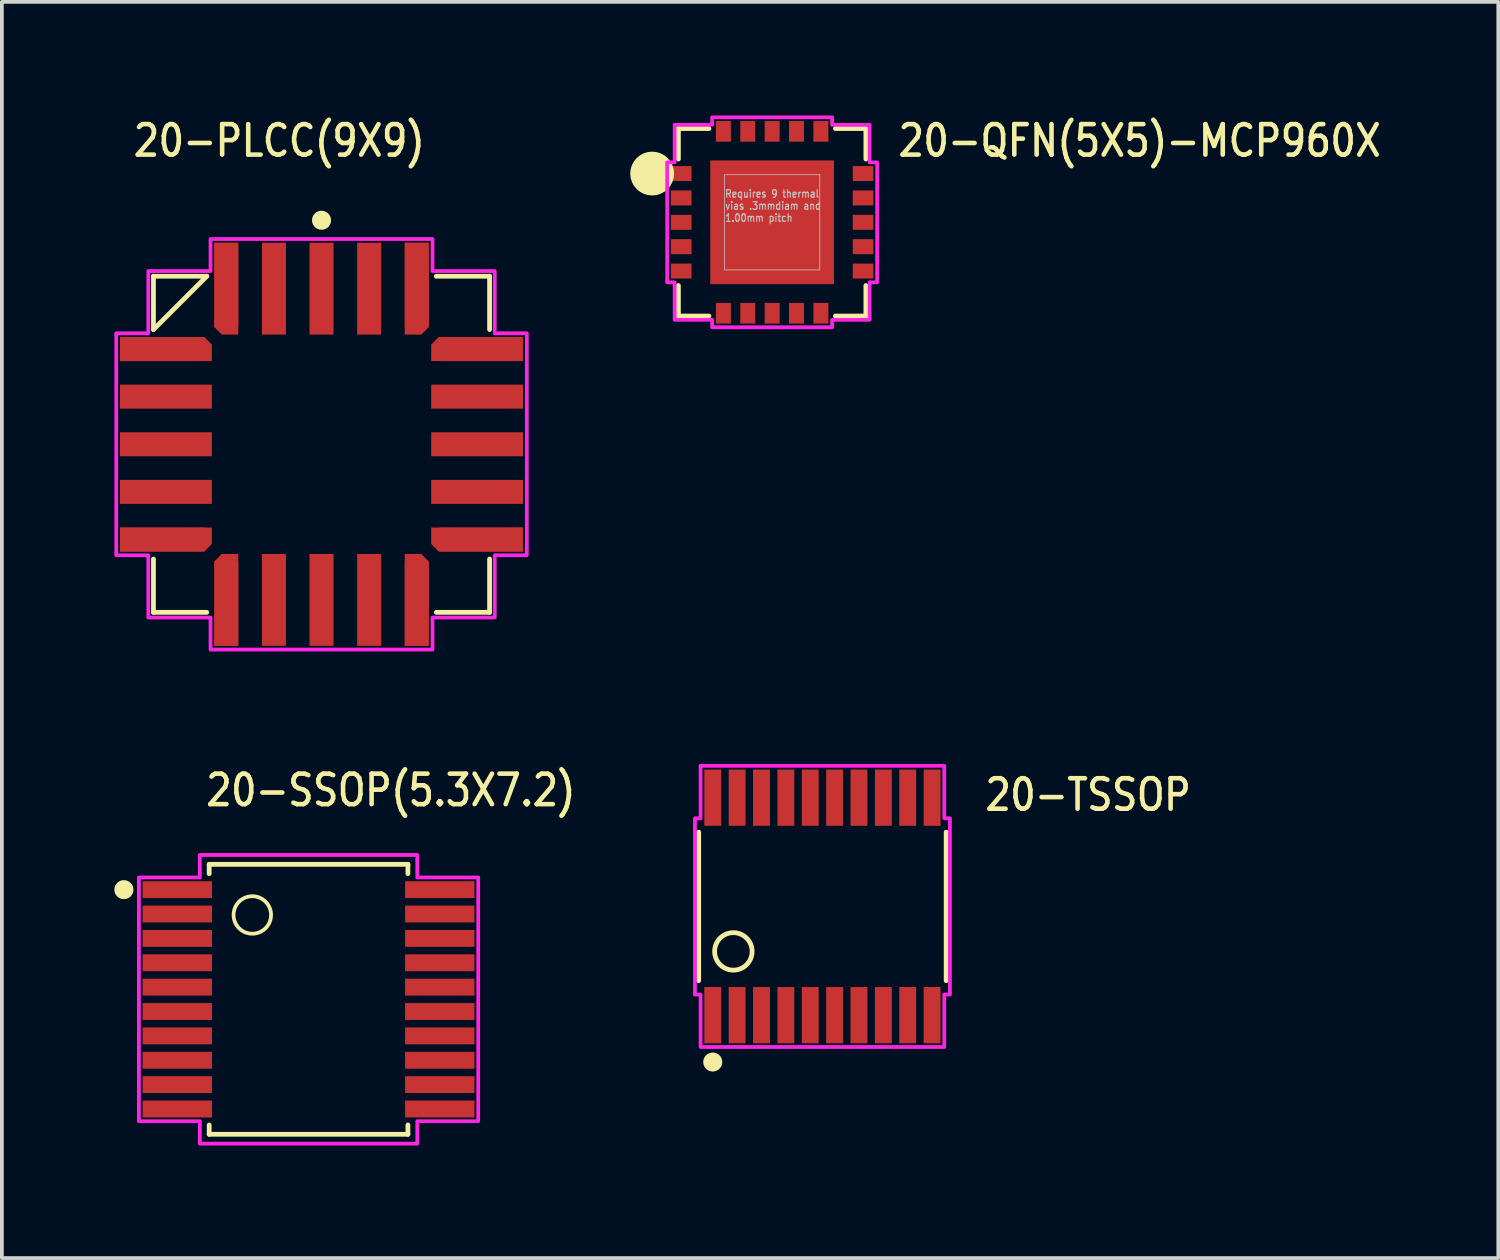
<source format=kicad_pcb>
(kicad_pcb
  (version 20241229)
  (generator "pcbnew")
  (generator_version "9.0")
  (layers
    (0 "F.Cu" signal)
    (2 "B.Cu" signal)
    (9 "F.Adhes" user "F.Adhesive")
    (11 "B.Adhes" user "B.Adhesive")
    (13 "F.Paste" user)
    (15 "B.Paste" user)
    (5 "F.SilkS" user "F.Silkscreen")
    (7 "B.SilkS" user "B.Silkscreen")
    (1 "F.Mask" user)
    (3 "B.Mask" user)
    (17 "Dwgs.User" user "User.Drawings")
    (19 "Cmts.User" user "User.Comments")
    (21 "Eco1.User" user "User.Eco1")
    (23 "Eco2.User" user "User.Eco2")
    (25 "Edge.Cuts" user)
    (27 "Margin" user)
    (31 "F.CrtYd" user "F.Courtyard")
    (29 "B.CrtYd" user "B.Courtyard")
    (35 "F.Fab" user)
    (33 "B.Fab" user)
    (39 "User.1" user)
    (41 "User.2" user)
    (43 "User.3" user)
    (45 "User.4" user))
  (footprint "20-TSSOP"
    (layer "F.Cu")
    (at 18.884 21.124)
    (property "Reference" "20-TSSOP" (at 4.275 -2.5 0) (unlocked yes) (layer "F.SilkS") (effects (font (size 0.813 0.695) (thickness 0.122)) (justify left bottom)))
    (fp_line (start -3.3 1.98) (end -3.3 -1.98) (stroke (width 0.127) (type solid)) (layer "F.SilkS"))
    (fp_line (start 3.3 -1.98) (end 3.3 1.98) (stroke (width 0.127) (type solid)) (layer "F.SilkS"))
    (fp_circle (center -2.925 4.15) (end -2.671 4.15) (stroke (width 0) (type solid)) (fill yes) (layer "F.SilkS"))
    (fp_circle (center -2.375 1.2) (end -1.875 1.2) (stroke (width 0.127) (type solid)) (fill no) (layer "F.SilkS"))
    (fp_poly (pts (xy -3.25 -3.75) (xy 3.25 -3.75) (xy 3.25 -2.35) (xy 3.4 -2.35) (xy 3.4 2.35) (xy 3.25 2.35) (xy 3.25 3.75) (xy -3.25 3.75) (xy -3.25 2.35) (xy -3.4 2.35) (xy -3.4 -2.35) (xy -3.25 -2.35)) (stroke (width 0.1) (type solid)) (fill no) (layer "F.CrtYd"))
    (pad "1" smd rect (at -2.925 2.9) (size 0.45 1.5) (layers "F.Cu" "F.Mask" "F.Paste"))
    (pad "2" smd rect (at -2.275 2.9) (size 0.45 1.5) (layers "F.Cu" "F.Mask" "F.Paste"))
    (pad "3" smd rect (at -1.625 2.9) (size 0.45 1.5) (layers "F.Cu" "F.Mask" "F.Paste"))
    (pad "4" smd rect (at -0.975 2.9) (size 0.45 1.5) (layers "F.Cu" "F.Mask" "F.Paste"))
    (pad "5" smd rect (at -0.325 2.9) (size 0.45 1.5) (layers "F.Cu" "F.Mask" "F.Paste"))
    (pad "6" smd rect (at 0.325 2.9) (size 0.45 1.5) (layers "F.Cu" "F.Mask" "F.Paste"))
    (pad "7" smd rect (at 0.975 2.9) (size 0.45 1.5) (layers "F.Cu" "F.Mask" "F.Paste"))
    (pad "8" smd rect (at 1.625 2.9) (size 0.45 1.5) (layers "F.Cu" "F.Mask" "F.Paste"))
    (pad "9" smd rect (at 2.275 2.9) (size 0.45 1.5) (layers "F.Cu" "F.Mask" "F.Paste"))
    (pad "10" smd rect (at 2.925 2.9) (size 0.45 1.5) (layers "F.Cu" "F.Mask" "F.Paste"))
    (pad "11" smd rect (at 2.925 -2.9) (size 0.45 1.5) (layers "F.Cu" "F.Mask" "F.Paste"))
    (pad "12" smd rect (at 2.275 -2.9) (size 0.45 1.5) (layers "F.Cu" "F.Mask" "F.Paste"))
    (pad "13" smd rect (at 1.625 -2.9) (size 0.45 1.5) (layers "F.Cu" "F.Mask" "F.Paste"))
    (pad "14" smd rect (at 0.975 -2.9) (size 0.45 1.5) (layers "F.Cu" "F.Mask" "F.Paste"))
    (pad "15" smd rect (at 0.325 -2.9) (size 0.45 1.5) (layers "F.Cu" "F.Mask" "F.Paste"))
    (pad "16" smd rect (at -0.325 -2.9) (size 0.45 1.5) (layers "F.Cu" "F.Mask" "F.Paste"))
    (pad "17" smd rect (at -0.975 -2.9) (size 0.45 1.5) (layers "F.Cu" "F.Mask" "F.Paste"))
    (pad "18" smd rect (at -1.625 -2.9) (size 0.45 1.5) (layers "F.Cu" "F.Mask" "F.Paste"))
    (pad "19" smd rect (at -2.275 -2.9) (size 0.45 1.5) (layers "F.Cu" "F.Mask" "F.Paste"))
    (pad "20" smd rect (at -2.925 -2.9) (size 0.45 1.5) (layers "F.Cu" "F.Mask" "F.Paste")))
  (footprint "20-QFN(5X5)-MCP960X"
    (layer "F.Cu")
    (at 17.543 2.879)
    (property "Reference" "20-QFN(5X5)-MCP960X" (at 3.3 -1.7 0) (unlocked yes) (layer "F.SilkS") (effects (font (size 0.813 0.695) (thickness 0.122)) (justify left bottom)))
    (fp_line (start -2.5 -2.5) (end -1.687 -2.5) (stroke (width 0.127) (type solid)) (layer "F.SilkS"))
    (fp_line (start -2.5 -1.687) (end -2.5 -2.5) (stroke (width 0.127) (type solid)) (layer "F.SilkS"))
    (fp_line (start -2.5 2.5) (end -2.5 1.687) (stroke (width 0.127) (type solid)) (layer "F.SilkS"))
    (fp_line (start -1.687 2.5) (end -2.5 2.5) (stroke (width 0.127) (type solid)) (layer "F.SilkS"))
    (fp_line (start 1.687 -2.5) (end 2.5 -2.5) (stroke (width 0.127) (type solid)) (layer "F.SilkS"))
    (fp_line (start 2.5 -2.5) (end 2.5 -1.687) (stroke (width 0.127) (type solid)) (layer "F.SilkS"))
    (fp_line (start 2.5 1.687) (end 2.5 2.5) (stroke (width 0.127) (type solid)) (layer "F.SilkS"))
    (fp_line (start 2.5 2.5) (end 1.687 2.5) (stroke (width 0.127) (type solid)) (layer "F.SilkS"))
    (fp_circle (center -3.2 -1.3) (end -3.2 -1.3) (stroke (width 0.585) (type solid)) (fill no) (layer "F.SilkS"))
    (fp_line (start -1.27 -1.27) (end 1.27 -1.27) (stroke (width 0.02) (type solid)) (layer "Dwgs.User"))
    (fp_line (start -1.27 1.27) (end -1.27 -1.27) (stroke (width 0.02) (type solid)) (layer "Dwgs.User"))
    (fp_line (start 1.27 -1.27) (end 1.27 1.27) (stroke (width 0.02) (type solid)) (layer "Dwgs.User"))
    (fp_line (start 1.27 1.27) (end -1.27 1.27) (stroke (width 0.02) (type solid)) (layer "Dwgs.User"))
    (fp_poly (pts (xy -2.6 -2.6) (xy -1.6 -2.6) (xy -1.6 -2.8) (xy 1.6 -2.8) (xy 1.6 -2.6) (xy 2.6 -2.6) (xy 2.6 -1.6) (xy 2.8 -1.6) (xy 2.8 1.6) (xy 2.6 1.6) (xy 2.6 2.6) (xy 1.6 2.6) (xy 1.6 2.8) (xy -1.6 2.8) (xy -1.6 2.6) (xy -2.6 2.6) (xy -2.6 1.6) (xy -2.8 1.6) (xy -2.8 -1.6) (xy -2.6 -1.6)) (stroke (width 0.1) (type solid)) (fill no) (layer "F.CrtYd"))
    (fp_text user "Requires 9 thermal\nvias .3mmdiam and\n1.00mm pitch" (at -1.27 0 0) (unlocked yes) (layer "Dwgs.User") (effects (font (size 0.2 0.171) (thickness 0.03)) (justify left bottom)))
    (pad "1" smd rect (at -2.425 -1.3) (size 0.55 0.4) (layers "F.Cu" "F.Mask" "F.Paste"))
    (pad "2" smd rect (at -2.425 -0.65) (size 0.55 0.4) (layers "F.Cu" "F.Mask" "F.Paste"))
    (pad "3" smd rect (at -2.425 0) (size 0.55 0.4) (layers "F.Cu" "F.Mask" "F.Paste"))
    (pad "4" smd rect (at -2.425 0.65) (size 0.55 0.4) (layers "F.Cu" "F.Mask" "F.Paste"))
    (pad "5" smd rect (at -2.425 1.3) (size 0.55 0.4) (layers "F.Cu" "F.Mask" "F.Paste"))
    (pad "6" smd rect (at -1.3 2.425 90) (size 0.55 0.4) (layers "F.Cu" "F.Mask" "F.Paste"))
    (pad "7" smd rect (at -0.65 2.425 90) (size 0.55 0.4) (layers "F.Cu" "F.Mask" "F.Paste"))
    (pad "8" smd rect (at 0 2.425 90) (size 0.55 0.4) (layers "F.Cu" "F.Mask" "F.Paste"))
    (pad "9" smd rect (at 0.65 2.425 90) (size 0.55 0.4) (layers "F.Cu" "F.Mask" "F.Paste"))
    (pad "10" smd rect (at 1.3 2.425 90) (size 0.55 0.4) (layers "F.Cu" "F.Mask" "F.Paste"))
    (pad "11" smd rect (at 2.425 1.3 180) (size 0.55 0.4) (layers "F.Cu" "F.Mask" "F.Paste"))
    (pad "12" smd rect (at 2.425 0.65 180) (size 0.55 0.4) (layers "F.Cu" "F.Mask" "F.Paste"))
    (pad "13" smd rect (at 2.425 0 180) (size 0.55 0.4) (layers "F.Cu" "F.Mask" "F.Paste"))
    (pad "14" smd rect (at 2.425 -0.65 180) (size 0.55 0.4) (layers "F.Cu" "F.Mask" "F.Paste"))
    (pad "15" smd rect (at 2.425 -1.3 180) (size 0.55 0.4) (layers "F.Cu" "F.Mask" "F.Paste"))
    (pad "16" smd rect (at 1.3 -2.425 270) (size 0.55 0.4) (layers "F.Cu" "F.Mask" "F.Paste"))
    (pad "17" smd rect (at 0.65 -2.425 270) (size 0.55 0.4) (layers "F.Cu" "F.Mask" "F.Paste"))
    (pad "18" smd rect (at 0 -2.425 270) (size 0.55 0.4) (layers "F.Cu" "F.Mask" "F.Paste"))
    (pad "19" smd rect (at -0.65 -2.425 270) (size 0.55 0.4) (layers "F.Cu" "F.Mask" "F.Paste"))
    (pad "20" smd rect (at -1.3 -2.425 270) (size 0.55 0.4) (layers "F.Cu" "F.Mask" "F.Paste"))
    (pad "21" smd rect (at 0 0) (size 3.3 3.3) (layers "F.Cu" "F.Mask" "F.Paste")))
  (footprint "20-SSOP(5.3X7.2)"
    (layer "F.Cu")
    (at 5.179 23.602)
    (property "Reference" "20-SSOP(5.3X7.2)" (at -2.8 -5.1 0) (unlocked yes) (layer "F.SilkS") (effects (font (size 0.813 0.695) (thickness 0.122)) (justify left bottom)))
    (fp_line (start -2.65 -3.6) (end 2.65 -3.6) (stroke (width 0.127) (type solid)) (layer "F.SilkS"))
    (fp_line (start -2.65 -3.35) (end -2.65 -3.6) (stroke (width 0.127) (type solid)) (layer "F.SilkS"))
    (fp_line (start -2.65 3.6) (end -2.65 3.35) (stroke (width 0.127) (type solid)) (layer "F.SilkS"))
    (fp_line (start 2.65 -3.6) (end 2.65 -3.35) (stroke (width 0.127) (type solid)) (layer "F.SilkS"))
    (fp_line (start 2.65 3.35) (end 2.65 3.6) (stroke (width 0.127) (type solid)) (layer "F.SilkS"))
    (fp_line (start 2.65 3.6) (end -2.65 3.6) (stroke (width 0.127) (type solid)) (layer "F.SilkS"))
    (fp_circle (center -4.925 -2.925) (end -4.671 -2.925) (stroke (width 0) (type solid)) (fill yes) (layer "F.SilkS"))
    (fp_circle (center -1.5 -2.25) (end -1 -2.25) (stroke (width 0.1) (type solid)) (fill no) (layer "F.SilkS"))
    (fp_poly (pts (xy -4.525 -3.25) (xy -2.9 -3.25) (xy -2.9 -3.85) (xy 2.9 -3.85) (xy 2.9 -3.25) (xy 4.525 -3.25) (xy 4.525 3.25) (xy 2.9 3.25) (xy 2.9 3.85) (xy -2.9 3.85) (xy -2.9 3.25) (xy -4.525 3.25)) (stroke (width 0.1) (type solid)) (fill no) (layer "F.CrtYd"))
    (pad "1" smd rect (at -3.5 -2.925) (size 1.85 0.45) (layers "F.Cu" "F.Mask" "F.Paste"))
    (pad "2" smd rect (at -3.5 -2.275) (size 1.85 0.45) (layers "F.Cu" "F.Mask" "F.Paste"))
    (pad "3" smd rect (at -3.5 -1.625) (size 1.85 0.45) (layers "F.Cu" "F.Mask" "F.Paste"))
    (pad "4" smd rect (at -3.5 -0.975) (size 1.85 0.45) (layers "F.Cu" "F.Mask" "F.Paste"))
    (pad "5" smd rect (at -3.5 -0.325) (size 1.85 0.45) (layers "F.Cu" "F.Mask" "F.Paste"))
    (pad "6" smd rect (at -3.5 0.325) (size 1.85 0.45) (layers "F.Cu" "F.Mask" "F.Paste"))
    (pad "7" smd rect (at -3.5 0.975) (size 1.85 0.45) (layers "F.Cu" "F.Mask" "F.Paste"))
    (pad "8" smd rect (at -3.5 1.625) (size 1.85 0.45) (layers "F.Cu" "F.Mask" "F.Paste"))
    (pad "9" smd rect (at -3.5 2.275) (size 1.85 0.45) (layers "F.Cu" "F.Mask" "F.Paste"))
    (pad "10" smd rect (at -3.5 2.925) (size 1.85 0.45) (layers "F.Cu" "F.Mask" "F.Paste"))
    (pad "11" smd rect (at 3.5 2.925) (size 1.85 0.45) (layers "F.Cu" "F.Mask" "F.Paste"))
    (pad "12" smd rect (at 3.5 2.275) (size 1.85 0.45) (layers "F.Cu" "F.Mask" "F.Paste"))
    (pad "13" smd rect (at 3.5 1.625) (size 1.85 0.45) (layers "F.Cu" "F.Mask" "F.Paste"))
    (pad "14" smd rect (at 3.5 0.975) (size 1.85 0.45) (layers "F.Cu" "F.Mask" "F.Paste"))
    (pad "15" smd rect (at 3.5 0.325) (size 1.85 0.45) (layers "F.Cu" "F.Mask" "F.Paste"))
    (pad "16" smd rect (at 3.5 -0.325) (size 1.85 0.45) (layers "F.Cu" "F.Mask" "F.Paste"))
    (pad "17" smd rect (at 3.5 -0.975) (size 1.85 0.45) (layers "F.Cu" "F.Mask" "F.Paste"))
    (pad "18" smd rect (at 3.5 -1.625) (size 1.85 0.45) (layers "F.Cu" "F.Mask" "F.Paste"))
    (pad "19" smd rect (at 3.5 -2.275) (size 1.85 0.45) (layers "F.Cu" "F.Mask" "F.Paste"))
    (pad "20" smd rect (at 3.5 -2.925) (size 1.85 0.45) (layers "F.Cu" "F.Mask" "F.Paste")))
  (footprint "20-PLCC(9X9)"
    (layer "F.Cu")
    (at 5.525 8.799)
    (property "Reference" "20-PLCC(9X9)" (at -5.08 -7.62 0) (unlocked yes) (layer "F.SilkS") (effects (font (size 0.813 0.695) (thickness 0.122)) (justify left bottom)))
    (fp_poly (pts (xy -5.375 -2.86) (xy -3.125 -2.86) (xy -2.925 -2.66) (xy -2.925 -2.22) (xy -5.375 -2.22)) (stroke (width 0) (type solid)) (fill yes) (layer "F.Cu"))
    (fp_poly (pts (xy -5.375 2.22) (xy -2.925 2.22) (xy -2.925 2.66) (xy -3.125 2.86) (xy -5.375 2.86)) (stroke (width 0) (type solid)) (fill yes) (layer "F.Cu"))
    (fp_poly (pts (xy -2.86 5.375) (xy -2.86 3.125) (xy -2.66 2.925) (xy -2.22 2.925) (xy -2.22 5.375)) (stroke (width 0) (type solid)) (fill yes) (layer "F.Cu"))
    (fp_poly (pts (xy -2.22 -5.375) (xy -2.22 -2.925) (xy -2.66 -2.925) (xy -2.86 -3.125) (xy -2.86 -5.375)) (stroke (width 0) (type solid)) (fill yes) (layer "F.Cu"))
    (fp_poly (pts (xy 2.22 5.375) (xy 2.22 2.925) (xy 2.66 2.925) (xy 2.86 3.125) (xy 2.86 5.375)) (stroke (width 0) (type solid)) (fill yes) (layer "F.Cu"))
    (fp_poly (pts (xy 2.86 -5.375) (xy 2.86 -3.125) (xy 2.66 -2.925) (xy 2.22 -2.925) (xy 2.22 -5.375)) (stroke (width 0) (type solid)) (fill yes) (layer "F.Cu"))
    (fp_poly (pts (xy 5.375 -2.22) (xy 2.925 -2.22) (xy 2.925 -2.66) (xy 3.125 -2.86) (xy 5.375 -2.86)) (stroke (width 0) (type solid)) (fill yes) (layer "F.Cu"))
    (fp_poly (pts (xy 5.375 2.86) (xy 3.125 2.86) (xy 2.925 2.66) (xy 2.925 2.22) (xy 5.375 2.22)) (stroke (width 0) (type solid)) (fill yes) (layer "F.Cu"))
    (fp_poly (pts (xy -3.025 -2.96) (xy -2.825 -2.76) (xy -2.825 -2.12) (xy -3.025 -2.12)) (stroke (width 0) (type solid)) (fill yes) (layer "F.Mask"))
    (fp_poly (pts (xy -3.025 2.12) (xy -2.825 2.12) (xy -2.825 2.76) (xy -3.025 2.96)) (stroke (width 0) (type solid)) (fill yes) (layer "F.Mask"))
    (fp_poly (pts (xy -2.96 3.025) (xy -2.76 2.825) (xy -2.12 2.825) (xy -2.12 3.025)) (stroke (width 0) (type solid)) (fill yes) (layer "F.Mask"))
    (fp_poly (pts (xy -2.12 -3.025) (xy -2.12 -2.825) (xy -2.76 -2.825) (xy -2.96 -3.025)) (stroke (width 0) (type solid)) (fill yes) (layer "F.Mask"))
    (fp_poly (pts (xy 2.12 3.025) (xy 2.12 2.825) (xy 2.76 2.825) (xy 2.96 3.025)) (stroke (width 0) (type solid)) (fill yes) (layer "F.Mask"))
    (fp_poly (pts (xy 2.96 -3.025) (xy 2.76 -2.825) (xy 2.12 -2.825) (xy 2.12 -3.025)) (stroke (width 0) (type solid)) (fill yes) (layer "F.Mask"))
    (fp_poly (pts (xy 3.025 -2.12) (xy 2.825 -2.12) (xy 2.825 -2.76) (xy 3.025 -2.96)) (stroke (width 0) (type solid)) (fill yes) (layer "F.Mask"))
    (fp_poly (pts (xy 3.025 2.96) (xy 2.825 2.76) (xy 2.825 2.12) (xy 3.025 2.12)) (stroke (width 0) (type solid)) (fill yes) (layer "F.Mask"))
    (fp_line (start -4.482 -4.482) (end -3.06 -4.482) (stroke (width 0.127) (type solid)) (layer "F.SilkS"))
    (fp_line (start -4.482 -3.06) (end -4.482 -4.482) (stroke (width 0.127) (type solid)) (layer "F.SilkS"))
    (fp_line (start -4.482 4.482) (end -4.482 3.06) (stroke (width 0.127) (type solid)) (layer "F.SilkS"))
    (fp_line (start -3.06 -4.482) (end -4.482 -3.06) (stroke (width 0.127) (type solid)) (layer "F.SilkS"))
    (fp_line (start -3.06 4.482) (end -4.482 4.482) (stroke (width 0.127) (type solid)) (layer "F.SilkS"))
    (fp_line (start 3.06 -4.482) (end 4.482 -4.482) (stroke (width 0.127) (type solid)) (layer "F.SilkS"))
    (fp_line (start 4.482 -4.482) (end 4.482 -3.06) (stroke (width 0.127) (type solid)) (layer "F.SilkS"))
    (fp_line (start 4.482 3.06) (end 4.482 4.482) (stroke (width 0.127) (type solid)) (layer "F.SilkS"))
    (fp_line (start 4.482 4.482) (end 3.06 4.482) (stroke (width 0.127) (type solid)) (layer "F.SilkS"))
    (fp_circle (center 0 -5.975) (end 0.254 -5.975) (stroke (width 0) (type solid)) (fill yes) (layer "F.SilkS"))
    (fp_poly (pts (xy -3.125 -2.86) (xy -2.925 -2.66) (xy -2.925 -2.22) (xy -3.125 -2.22)) (stroke (width 0) (type solid)) (fill yes) (layer "F.Paste"))
    (fp_poly (pts (xy -3.125 2.22) (xy -2.925 2.22) (xy -2.925 2.66) (xy -3.125 2.86)) (stroke (width 0) (type solid)) (fill yes) (layer "F.Paste"))
    (fp_poly (pts (xy -2.86 3.125) (xy -2.66 2.925) (xy -2.22 2.925) (xy -2.22 3.125)) (stroke (width 0) (type solid)) (fill yes) (layer "F.Paste"))
    (fp_poly (pts (xy -2.22 -3.125) (xy -2.22 -2.925) (xy -2.66 -2.925) (xy -2.86 -3.125)) (stroke (width 0) (type solid)) (fill yes) (layer "F.Paste"))
    (fp_poly (pts (xy 2.22 3.125) (xy 2.22 2.925) (xy 2.66 2.925) (xy 2.86 3.125)) (stroke (width 0) (type solid)) (fill yes) (layer "F.Paste"))
    (fp_poly (pts (xy 2.86 -3.125) (xy 2.66 -2.925) (xy 2.22 -2.925) (xy 2.22 -3.125)) (stroke (width 0) (type solid)) (fill yes) (layer "F.Paste"))
    (fp_poly (pts (xy 3.125 -2.22) (xy 2.925 -2.22) (xy 2.925 -2.66) (xy 3.125 -2.86)) (stroke (width 0) (type solid)) (fill yes) (layer "F.Paste"))
    (fp_poly (pts (xy 3.125 2.86) (xy 2.925 2.66) (xy 2.925 2.22) (xy 3.125 2.22)) (stroke (width 0) (type solid)) (fill yes) (layer "F.Paste"))
    (fp_poly (pts (xy -5.475 -2.96) (xy -4.62 -2.96) (xy -4.62 -4.62) (xy -2.96 -4.62) (xy -2.96 -5.475) (xy 2.96 -5.475) (xy 2.96 -4.62) (xy 4.62 -4.62) (xy 4.62 -2.96) (xy 5.475 -2.96) (xy 5.475 2.96) (xy 4.62 2.96) (xy 4.62 4.62) (xy 2.96 4.62) (xy 2.96 5.475) (xy -2.96 5.475) (xy -2.96 4.62) (xy -4.62 4.62) (xy -4.62 2.96) (xy -5.475 2.96)) (stroke (width 0.1) (type solid)) (fill no) (layer "F.CrtYd"))
    (pad "1" smd rect (at 0 -4.15) (size 0.64 2.45) (layers "F.Cu" "F.Mask" "F.Paste"))
    (pad "2" smd rect (at -1.27 -4.15) (size 0.64 2.45) (layers "F.Cu" "F.Mask" "F.Paste"))
    (pad "3" smd rect (at -2.54 -4.25) (size 0.64 2.25) (layers "F.Cu" "F.Mask" "F.Paste"))
    (pad "4" smd rect (at -4.25 -2.54) (size 2.25 0.64) (layers "F.Cu" "F.Mask" "F.Paste"))
    (pad "5" smd rect (at -4.15 -1.27) (size 2.45 0.64) (layers "F.Cu" "F.Mask" "F.Paste"))
    (pad "6" smd rect (at -4.15 0) (size 2.45 0.64) (layers "F.Cu" "F.Mask" "F.Paste"))
    (pad "7" smd rect (at -4.15 1.27) (size 2.45 0.64) (layers "F.Cu" "F.Mask" "F.Paste"))
    (pad "8" smd rect (at -4.25 2.54) (size 2.25 0.64) (layers "F.Cu" "F.Mask" "F.Paste"))
    (pad "9" smd rect (at -2.54 4.25) (size 0.64 2.25) (layers "F.Cu" "F.Mask" "F.Paste"))
    (pad "10" smd rect (at -1.27 4.15) (size 0.64 2.45) (layers "F.Cu" "F.Mask" "F.Paste"))
    (pad "11" smd rect (at 0 4.15) (size 0.64 2.45) (layers "F.Cu" "F.Mask" "F.Paste"))
    (pad "12" smd rect (at 1.27 4.15) (size 0.64 2.45) (layers "F.Cu" "F.Mask" "F.Paste"))
    (pad "13" smd rect (at 2.54 4.25) (size 0.64 2.25) (layers "F.Cu" "F.Mask" "F.Paste"))
    (pad "14" smd rect (at 4.25 2.54) (size 2.25 0.64) (layers "F.Cu" "F.Mask" "F.Paste"))
    (pad "15" smd rect (at 4.15 1.27) (size 2.45 0.64) (layers "F.Cu" "F.Mask" "F.Paste"))
    (pad "16" smd rect (at 4.15 0) (size 2.45 0.64) (layers "F.Cu" "F.Mask" "F.Paste"))
    (pad "17" smd rect (at 4.15 -1.27) (size 2.45 0.64) (layers "F.Cu" "F.Mask" "F.Paste"))
    (pad "18" smd rect (at 4.25 -2.54) (size 2.25 0.64) (layers "F.Cu" "F.Mask" "F.Paste"))
    (pad "19" smd rect (at 2.54 -4.25) (size 0.64 2.25) (layers "F.Cu" "F.Mask" "F.Paste"))
    (pad "20" smd rect (at 1.27 -4.15) (size 0.64 2.45) (layers "F.Cu" "F.Mask" "F.Paste")))
  (gr_rect
    (start -3 -3)
    (end 36.909 30.502)
    (stroke (width 0.1) (type default))
    (fill no)
    (layer "Edge.Cuts")))
</source>
